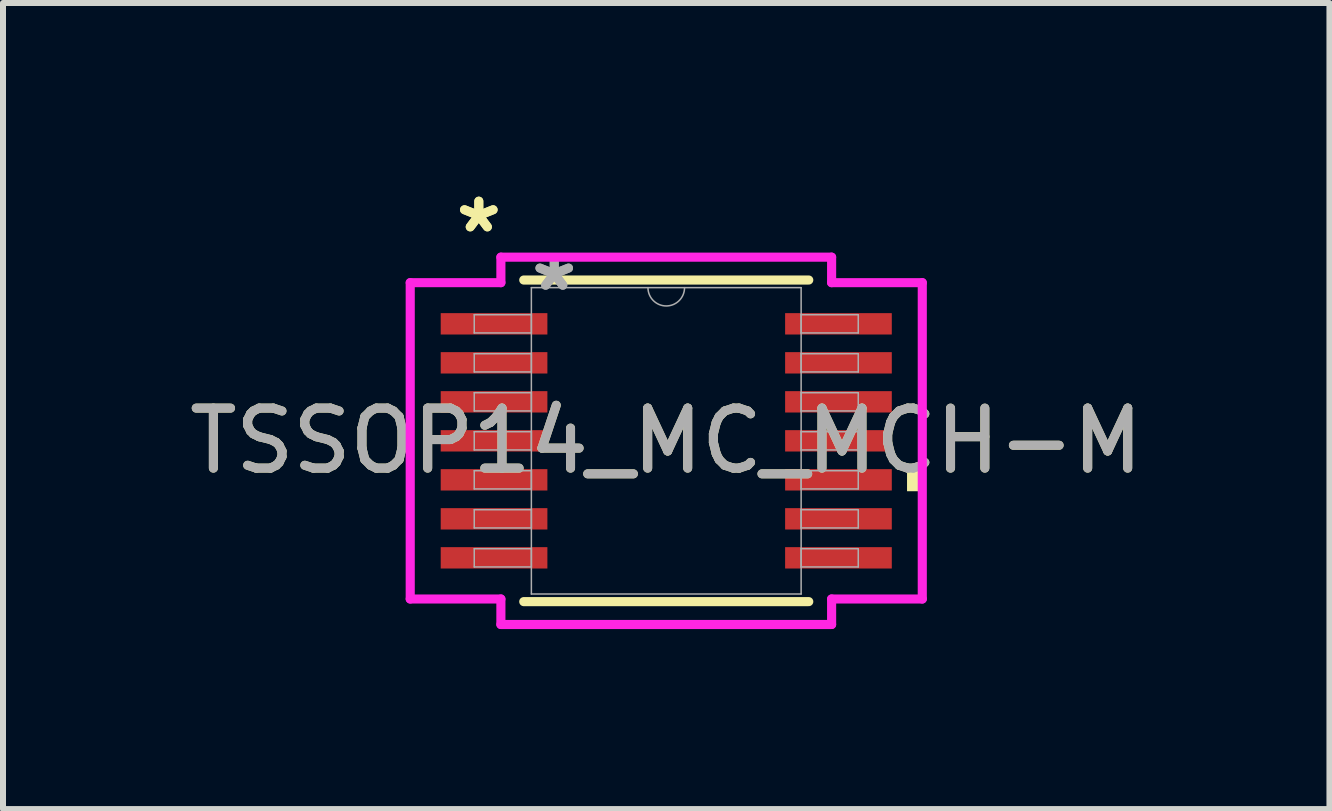
<source format=kicad_pcb>
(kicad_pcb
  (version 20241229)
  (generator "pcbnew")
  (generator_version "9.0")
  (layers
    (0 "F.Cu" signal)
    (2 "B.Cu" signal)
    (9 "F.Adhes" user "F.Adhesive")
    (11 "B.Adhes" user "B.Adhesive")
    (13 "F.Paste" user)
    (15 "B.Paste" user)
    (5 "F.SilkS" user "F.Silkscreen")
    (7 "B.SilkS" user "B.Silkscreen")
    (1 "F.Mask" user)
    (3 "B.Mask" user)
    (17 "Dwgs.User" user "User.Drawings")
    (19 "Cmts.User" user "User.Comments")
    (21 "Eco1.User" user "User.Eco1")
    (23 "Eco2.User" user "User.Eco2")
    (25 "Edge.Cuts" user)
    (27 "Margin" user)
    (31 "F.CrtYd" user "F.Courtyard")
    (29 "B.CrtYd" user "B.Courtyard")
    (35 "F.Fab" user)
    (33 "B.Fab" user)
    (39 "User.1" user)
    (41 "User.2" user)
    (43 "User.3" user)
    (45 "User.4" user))
  (footprint "TSSOP14_MC_MCH-M"
    (layer "F.Cu")
    (at 8.054 4.297)
    (property "Reference" "TSSOP14_MC_MCH-M" (at 0 0 0) (unlocked yes) (layer "F.SilkS") (effects (font (size 1 1) (thickness 0.15))))
    (attr smd)
    (fp_line (start -2.375 2.68) (end 2.375 2.68) (stroke (width 0.152) (type solid)) (layer "F.SilkS"))
    (fp_line (start 2.375 -2.68) (end -2.375 -2.68) (stroke (width 0.152) (type solid)) (layer "F.SilkS"))
    (fp_poly (pts (xy 4.267 0.459) (xy 4.267 0.84) (xy 4.013 0.84) (xy 4.013 0.459)) (stroke (width 0) (type solid)) (fill yes) (layer "F.SilkS"))
    (fp_line (start -4.267 -2.636) (end -2.756 -2.636) (stroke (width 0.152) (type solid)) (layer "F.CrtYd"))
    (fp_line (start -4.267 2.636) (end -4.267 -2.636) (stroke (width 0.152) (type solid)) (layer "F.CrtYd"))
    (fp_line (start -4.267 2.636) (end -2.756 2.636) (stroke (width 0.152) (type solid)) (layer "F.CrtYd"))
    (fp_line (start -2.756 -3.061) (end 2.756 -3.061) (stroke (width 0.152) (type solid)) (layer "F.CrtYd"))
    (fp_line (start -2.756 -2.636) (end -2.756 -3.061) (stroke (width 0.152) (type solid)) (layer "F.CrtYd"))
    (fp_line (start -2.756 3.061) (end -2.756 2.636) (stroke (width 0.152) (type solid)) (layer "F.CrtYd"))
    (fp_line (start 2.756 -3.061) (end 2.756 -2.636) (stroke (width 0.152) (type solid)) (layer "F.CrtYd"))
    (fp_line (start 2.756 2.636) (end 2.756 3.061) (stroke (width 0.152) (type solid)) (layer "F.CrtYd"))
    (fp_line (start 2.756 3.061) (end -2.756 3.061) (stroke (width 0.152) (type solid)) (layer "F.CrtYd"))
    (fp_line (start 4.267 -2.636) (end 2.756 -2.636) (stroke (width 0.152) (type solid)) (layer "F.CrtYd"))
    (fp_line (start 4.267 -2.636) (end 4.267 2.636) (stroke (width 0.152) (type solid)) (layer "F.CrtYd"))
    (fp_line (start 4.267 2.636) (end 2.756 2.636) (stroke (width 0.152) (type solid)) (layer "F.CrtYd"))
    (fp_line (start -3.2 -2.102) (end -3.2 -1.798) (stroke (width 0.025) (type solid)) (layer "F.Fab"))
    (fp_line (start -3.2 -1.798) (end -2.248 -1.798) (stroke (width 0.025) (type solid)) (layer "F.Fab"))
    (fp_line (start -3.2 -1.452) (end -3.2 -1.148) (stroke (width 0.025) (type solid)) (layer "F.Fab"))
    (fp_line (start -3.2 -1.148) (end -2.248 -1.148) (stroke (width 0.025) (type solid)) (layer "F.Fab"))
    (fp_line (start -3.2 -0.802) (end -3.2 -0.498) (stroke (width 0.025) (type solid)) (layer "F.Fab"))
    (fp_line (start -3.2 -0.498) (end -2.248 -0.498) (stroke (width 0.025) (type solid)) (layer "F.Fab"))
    (fp_line (start -3.2 -0.152) (end -3.2 0.152) (stroke (width 0.025) (type solid)) (layer "F.Fab"))
    (fp_line (start -3.2 0.152) (end -2.248 0.152) (stroke (width 0.025) (type solid)) (layer "F.Fab"))
    (fp_line (start -3.2 0.498) (end -3.2 0.802) (stroke (width 0.025) (type solid)) (layer "F.Fab"))
    (fp_line (start -3.2 0.802) (end -2.248 0.802) (stroke (width 0.025) (type solid)) (layer "F.Fab"))
    (fp_line (start -3.2 1.148) (end -3.2 1.452) (stroke (width 0.025) (type solid)) (layer "F.Fab"))
    (fp_line (start -3.2 1.452) (end -2.248 1.452) (stroke (width 0.025) (type solid)) (layer "F.Fab"))
    (fp_line (start -3.2 1.798) (end -3.2 2.102) (stroke (width 0.025) (type solid)) (layer "F.Fab"))
    (fp_line (start -3.2 2.102) (end -2.248 2.102) (stroke (width 0.025) (type solid)) (layer "F.Fab"))
    (fp_line (start -2.248 -2.553) (end -2.248 2.553) (stroke (width 0.025) (type solid)) (layer "F.Fab"))
    (fp_line (start -2.248 -2.102) (end -3.2 -2.102) (stroke (width 0.025) (type solid)) (layer "F.Fab"))
    (fp_line (start -2.248 -1.798) (end -2.248 -2.102) (stroke (width 0.025) (type solid)) (layer "F.Fab"))
    (fp_line (start -2.248 -1.452) (end -3.2 -1.452) (stroke (width 0.025) (type solid)) (layer "F.Fab"))
    (fp_line (start -2.248 -1.148) (end -2.248 -1.452) (stroke (width 0.025) (type solid)) (layer "F.Fab"))
    (fp_line (start -2.248 -0.802) (end -3.2 -0.802) (stroke (width 0.025) (type solid)) (layer "F.Fab"))
    (fp_line (start -2.248 -0.498) (end -2.248 -0.802) (stroke (width 0.025) (type solid)) (layer "F.Fab"))
    (fp_line (start -2.248 -0.152) (end -3.2 -0.152) (stroke (width 0.025) (type solid)) (layer "F.Fab"))
    (fp_line (start -2.248 0.152) (end -2.248 -0.152) (stroke (width 0.025) (type solid)) (layer "F.Fab"))
    (fp_line (start -2.248 0.498) (end -3.2 0.498) (stroke (width 0.025) (type solid)) (layer "F.Fab"))
    (fp_line (start -2.248 0.802) (end -2.248 0.498) (stroke (width 0.025) (type solid)) (layer "F.Fab"))
    (fp_line (start -2.248 1.148) (end -3.2 1.148) (stroke (width 0.025) (type solid)) (layer "F.Fab"))
    (fp_line (start -2.248 1.452) (end -2.248 1.148) (stroke (width 0.025) (type solid)) (layer "F.Fab"))
    (fp_line (start -2.248 1.798) (end -3.2 1.798) (stroke (width 0.025) (type solid)) (layer "F.Fab"))
    (fp_line (start -2.248 2.102) (end -2.248 1.798) (stroke (width 0.025) (type solid)) (layer "F.Fab"))
    (fp_line (start -2.248 2.553) (end 2.248 2.553) (stroke (width 0.025) (type solid)) (layer "F.Fab"))
    (fp_line (start 2.248 -2.553) (end -2.248 -2.553) (stroke (width 0.025) (type solid)) (layer "F.Fab"))
    (fp_line (start 2.248 -2.102) (end 2.248 -1.798) (stroke (width 0.025) (type solid)) (layer "F.Fab"))
    (fp_line (start 2.248 -1.798) (end 3.2 -1.798) (stroke (width 0.025) (type solid)) (layer "F.Fab"))
    (fp_line (start 2.248 -1.452) (end 2.248 -1.148) (stroke (width 0.025) (type solid)) (layer "F.Fab"))
    (fp_line (start 2.248 -1.148) (end 3.2 -1.148) (stroke (width 0.025) (type solid)) (layer "F.Fab"))
    (fp_line (start 2.248 -0.802) (end 2.248 -0.498) (stroke (width 0.025) (type solid)) (layer "F.Fab"))
    (fp_line (start 2.248 -0.498) (end 3.2 -0.498) (stroke (width 0.025) (type solid)) (layer "F.Fab"))
    (fp_line (start 2.248 -0.152) (end 2.248 0.152) (stroke (width 0.025) (type solid)) (layer "F.Fab"))
    (fp_line (start 2.248 0.152) (end 3.2 0.152) (stroke (width 0.025) (type solid)) (layer "F.Fab"))
    (fp_line (start 2.248 0.498) (end 2.248 0.802) (stroke (width 0.025) (type solid)) (layer "F.Fab"))
    (fp_line (start 2.248 0.802) (end 3.2 0.802) (stroke (width 0.025) (type solid)) (layer "F.Fab"))
    (fp_line (start 2.248 1.148) (end 2.248 1.452) (stroke (width 0.025) (type solid)) (layer "F.Fab"))
    (fp_line (start 2.248 1.452) (end 3.2 1.452) (stroke (width 0.025) (type solid)) (layer "F.Fab"))
    (fp_line (start 2.248 1.798) (end 2.248 2.102) (stroke (width 0.025) (type solid)) (layer "F.Fab"))
    (fp_line (start 2.248 2.102) (end 3.2 2.102) (stroke (width 0.025) (type solid)) (layer "F.Fab"))
    (fp_line (start 2.248 2.553) (end 2.248 -2.553) (stroke (width 0.025) (type solid)) (layer "F.Fab"))
    (fp_line (start 3.2 -2.102) (end 2.248 -2.102) (stroke (width 0.025) (type solid)) (layer "F.Fab"))
    (fp_line (start 3.2 -1.798) (end 3.2 -2.102) (stroke (width 0.025) (type solid)) (layer "F.Fab"))
    (fp_line (start 3.2 -1.452) (end 2.248 -1.452) (stroke (width 0.025) (type solid)) (layer "F.Fab"))
    (fp_line (start 3.2 -1.148) (end 3.2 -1.452) (stroke (width 0.025) (type solid)) (layer "F.Fab"))
    (fp_line (start 3.2 -0.802) (end 2.248 -0.802) (stroke (width 0.025) (type solid)) (layer "F.Fab"))
    (fp_line (start 3.2 -0.498) (end 3.2 -0.802) (stroke (width 0.025) (type solid)) (layer "F.Fab"))
    (fp_line (start 3.2 -0.152) (end 2.248 -0.152) (stroke (width 0.025) (type solid)) (layer "F.Fab"))
    (fp_line (start 3.2 0.152) (end 3.2 -0.152) (stroke (width 0.025) (type solid)) (layer "F.Fab"))
    (fp_line (start 3.2 0.498) (end 2.248 0.498) (stroke (width 0.025) (type solid)) (layer "F.Fab"))
    (fp_line (start 3.2 0.802) (end 3.2 0.498) (stroke (width 0.025) (type solid)) (layer "F.Fab"))
    (fp_line (start 3.2 1.148) (end 2.248 1.148) (stroke (width 0.025) (type solid)) (layer "F.Fab"))
    (fp_line (start 3.2 1.452) (end 3.2 1.148) (stroke (width 0.025) (type solid)) (layer "F.Fab"))
    (fp_line (start 3.2 1.798) (end 2.248 1.798) (stroke (width 0.025) (type solid)) (layer "F.Fab"))
    (fp_line (start 3.2 2.102) (end 3.2 1.798) (stroke (width 0.025) (type solid)) (layer "F.Fab"))
    (fp_arc (start 0.3048 -2.5527) (mid 0 -2.2479) (end -0.3048 -2.5527) (stroke (width 0.0254) (type solid)) (layer "F.Fab"))
    (fp_text user "*" (at -3.124 -3.449 0) (layer "F.SilkS") (effects (font (size 1 1) (thickness 0.15))))
    (fp_text user "*" (at -3.124 -3.449 0) (unlocked yes) (layer "F.SilkS") (effects (font (size 1 1) (thickness 0.15))))
    (fp_text user "${REFERENCE}" (at 0 0 0) (unlocked yes) (layer "F.Fab") (effects (font (size 1 1) (thickness 0.15))))
    (fp_text user "*" (at -1.867 -2.477 0) (layer "F.Fab") (effects (font (size 1 1) (thickness 0.15))))
    (fp_text user "*" (at -1.867 -2.477 0) (unlocked yes) (layer "F.Fab") (effects (font (size 1 1) (thickness 0.15))))
    (pad "1" smd rect (at -2.87 -1.95) (size 1.778 0.356) (layers "F.Cu" "F.Mask" "F.Paste"))
    (pad "2" smd rect (at -2.87 -1.3) (size 1.778 0.356) (layers "F.Cu" "F.Mask" "F.Paste"))
    (pad "3" smd rect (at -2.87 -0.65) (size 1.778 0.356) (layers "F.Cu" "F.Mask" "F.Paste"))
    (pad "4" smd rect (at -2.87 0) (size 1.778 0.356) (layers "F.Cu" "F.Mask" "F.Paste"))
    (pad "5" smd rect (at -2.87 0.65) (size 1.778 0.356) (layers "F.Cu" "F.Mask" "F.Paste"))
    (pad "6" smd rect (at -2.87 1.3) (size 1.778 0.356) (layers "F.Cu" "F.Mask" "F.Paste"))
    (pad "7" smd rect (at -2.87 1.95) (size 1.778 0.356) (layers "F.Cu" "F.Mask" "F.Paste"))
    (pad "8" smd rect (at 2.87 1.95) (size 1.778 0.356) (layers "F.Cu" "F.Mask" "F.Paste"))
    (pad "9" smd rect (at 2.87 1.3) (size 1.778 0.356) (layers "F.Cu" "F.Mask" "F.Paste"))
    (pad "10" smd rect (at 2.87 0.65) (size 1.778 0.356) (layers "F.Cu" "F.Mask" "F.Paste"))
    (pad "11" smd rect (at 2.87 0) (size 1.778 0.356) (layers "F.Cu" "F.Mask" "F.Paste"))
    (pad "12" smd rect (at 2.87 -0.65) (size 1.778 0.356) (layers "F.Cu" "F.Mask" "F.Paste"))
    (pad "13" smd rect (at 2.87 -1.3) (size 1.778 0.356) (layers "F.Cu" "F.Mask" "F.Paste"))
    (pad "14" smd rect (at 2.87 -1.95) (size 1.778 0.356) (layers "F.Cu" "F.Mask" "F.Paste")))
  (gr_rect
    (start -3 -3)
    (end 19.107 10.434)
    (stroke (width 0.1) (type default))
    (fill no)
    (layer "Edge.Cuts")))
</source>
